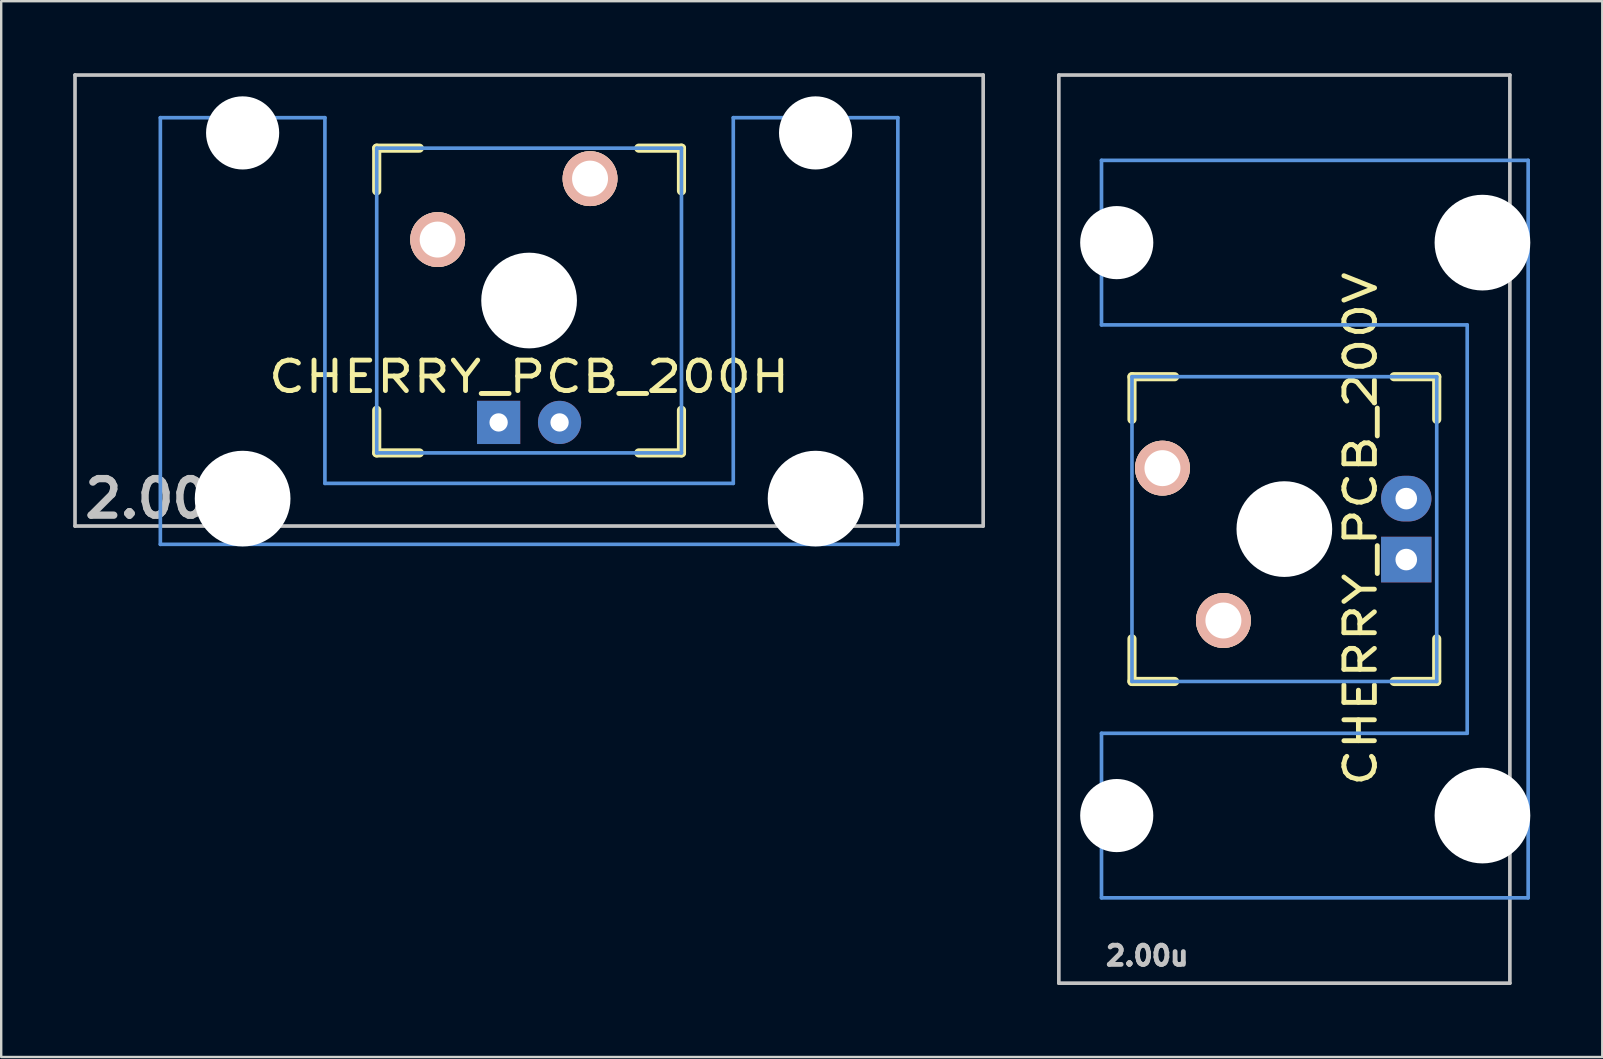
<source format=kicad_pcb>
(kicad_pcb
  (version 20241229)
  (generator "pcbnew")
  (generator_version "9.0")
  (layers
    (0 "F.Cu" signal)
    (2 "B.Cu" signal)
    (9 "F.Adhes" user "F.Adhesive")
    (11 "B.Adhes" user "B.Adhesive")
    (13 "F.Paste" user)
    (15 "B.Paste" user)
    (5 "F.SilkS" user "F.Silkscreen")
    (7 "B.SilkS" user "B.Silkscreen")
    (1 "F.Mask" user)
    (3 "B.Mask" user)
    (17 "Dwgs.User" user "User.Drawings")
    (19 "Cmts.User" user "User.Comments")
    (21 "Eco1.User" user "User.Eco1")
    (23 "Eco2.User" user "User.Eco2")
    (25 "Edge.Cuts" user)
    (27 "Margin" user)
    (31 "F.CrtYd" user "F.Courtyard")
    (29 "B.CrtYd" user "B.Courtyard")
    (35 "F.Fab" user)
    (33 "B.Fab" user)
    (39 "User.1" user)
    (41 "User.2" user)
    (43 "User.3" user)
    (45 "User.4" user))
  (footprint "CHERRY_PCB_200H"
    (layer "F.Cu")
    (at 18.999 9.474)
    (property "Reference" "CHERRY_PCB_200H" (at 0 3.175 0) (layer "F.SilkS") (effects (font (size 1.27 1.524) (thickness 0.203))))
    (attr through_hole)
    (fp_line (start -6.35 -6.35) (end -4.572 -6.35) (stroke (width 0.381) (type solid)) (layer "F.SilkS"))
    (fp_line (start -6.35 -4.572) (end -6.35 -6.35) (stroke (width 0.381) (type solid)) (layer "F.SilkS"))
    (fp_line (start -6.35 6.35) (end -6.35 4.572) (stroke (width 0.381) (type solid)) (layer "F.SilkS"))
    (fp_line (start -4.572 6.35) (end -6.35 6.35) (stroke (width 0.381) (type solid)) (layer "F.SilkS"))
    (fp_line (start 4.572 -6.35) (end 6.35 -6.35) (stroke (width 0.381) (type solid)) (layer "F.SilkS"))
    (fp_line (start 6.35 -6.35) (end 6.35 -4.572) (stroke (width 0.381) (type solid)) (layer "F.SilkS"))
    (fp_line (start 6.35 4.572) (end 6.35 6.35) (stroke (width 0.381) (type solid)) (layer "F.SilkS"))
    (fp_line (start 6.35 6.35) (end 4.572 6.35) (stroke (width 0.381) (type solid)) (layer "F.SilkS"))
    (fp_line (start -18.923 -9.398) (end 18.923 -9.398) (stroke (width 0.152) (type solid)) (layer "Dwgs.User"))
    (fp_line (start -18.923 9.398) (end -18.923 -9.398) (stroke (width 0.152) (type solid)) (layer "Dwgs.User"))
    (fp_line (start 18.923 -9.398) (end 18.923 9.398) (stroke (width 0.152) (type solid)) (layer "Dwgs.User"))
    (fp_line (start 18.923 9.398) (end -18.923 9.398) (stroke (width 0.152) (type solid)) (layer "Dwgs.User"))
    (fp_line (start -15.367 -7.62) (end -15.367 10.16) (stroke (width 0.152) (type solid)) (layer "Cmts.User"))
    (fp_line (start -15.367 10.16) (end 15.367 10.16) (stroke (width 0.152) (type solid)) (layer "Cmts.User"))
    (fp_line (start -8.509 -7.62) (end -15.367 -7.62) (stroke (width 0.152) (type solid)) (layer "Cmts.User"))
    (fp_line (start -8.509 7.62) (end -8.509 -7.62) (stroke (width 0.152) (type solid)) (layer "Cmts.User"))
    (fp_line (start -6.35 -6.35) (end 6.35 -6.35) (stroke (width 0.152) (type solid)) (layer "Cmts.User"))
    (fp_line (start -6.35 6.35) (end -6.35 -6.35) (stroke (width 0.152) (type solid)) (layer "Cmts.User"))
    (fp_line (start 6.35 -6.35) (end 6.35 6.35) (stroke (width 0.152) (type solid)) (layer "Cmts.User"))
    (fp_line (start 6.35 6.35) (end -6.35 6.35) (stroke (width 0.152) (type solid)) (layer "Cmts.User"))
    (fp_line (start 8.509 -7.62) (end 8.509 7.62) (stroke (width 0.152) (type solid)) (layer "Cmts.User"))
    (fp_line (start 8.509 7.62) (end -8.509 7.62) (stroke (width 0.152) (type solid)) (layer "Cmts.User"))
    (fp_line (start 15.367 -7.62) (end 8.509 -7.62) (stroke (width 0.152) (type solid)) (layer "Cmts.User"))
    (fp_line (start 15.367 10.16) (end 15.367 -7.62) (stroke (width 0.152) (type solid)) (layer "Cmts.User"))
    (fp_line (start -16.129 -2.286) (end -15.265 -2.286) (stroke (width 0.152) (type solid)) (layer "Eco2.User"))
    (fp_line (start -16.129 0.508) (end -16.129 -2.286) (stroke (width 0.152) (type solid)) (layer "Eco2.User"))
    (fp_line (start -15.265 -5.69) (end -8.611 -5.69) (stroke (width 0.152) (type solid)) (layer "Eco2.User"))
    (fp_line (start -15.265 -2.286) (end -15.265 -5.69) (stroke (width 0.152) (type solid)) (layer "Eco2.User"))
    (fp_line (start -15.265 0.508) (end -16.129 0.508) (stroke (width 0.152) (type solid)) (layer "Eco2.User"))
    (fp_line (start -15.265 6.604) (end -15.265 0.508) (stroke (width 0.152) (type solid)) (layer "Eco2.User"))
    (fp_line (start -14.224 6.604) (end -15.265 6.604) (stroke (width 0.152) (type solid)) (layer "Eco2.User"))
    (fp_line (start -14.224 7.772) (end -14.224 6.604) (stroke (width 0.152) (type solid)) (layer "Eco2.User"))
    (fp_line (start -9.652 6.604) (end -9.652 7.772) (stroke (width 0.152) (type solid)) (layer "Eco2.User"))
    (fp_line (start -9.652 7.772) (end -14.224 7.772) (stroke (width 0.152) (type solid)) (layer "Eco2.User"))
    (fp_line (start -8.611 -5.69) (end -8.611 -4.877) (stroke (width 0.152) (type solid)) (layer "Eco2.User"))
    (fp_line (start -8.611 -4.877) (end -6.985 -4.877) (stroke (width 0.152) (type solid)) (layer "Eco2.User"))
    (fp_line (start -8.611 5.817) (end -8.611 6.604) (stroke (width 0.152) (type solid)) (layer "Eco2.User"))
    (fp_line (start -8.611 6.604) (end -9.652 6.604) (stroke (width 0.152) (type solid)) (layer "Eco2.User"))
    (fp_line (start -6.985 -6.985) (end 6.985 -6.985) (stroke (width 0.152) (type solid)) (layer "Eco2.User"))
    (fp_line (start -6.985 -4.877) (end -6.985 -6.985) (stroke (width 0.152) (type solid)) (layer "Eco2.User"))
    (fp_line (start -6.985 5.817) (end -8.611 5.817) (stroke (width 0.152) (type solid)) (layer "Eco2.User"))
    (fp_line (start -6.985 6.985) (end -6.985 5.817) (stroke (width 0.152) (type solid)) (layer "Eco2.User"))
    (fp_line (start 6.985 -6.985) (end 6.985 -4.877) (stroke (width 0.152) (type solid)) (layer "Eco2.User"))
    (fp_line (start 6.985 -4.877) (end 8.611 -4.877) (stroke (width 0.152) (type solid)) (layer "Eco2.User"))
    (fp_line (start 6.985 5.817) (end 6.985 6.985) (stroke (width 0.152) (type solid)) (layer "Eco2.User"))
    (fp_line (start 6.985 6.985) (end -6.985 6.985) (stroke (width 0.152) (type solid)) (layer "Eco2.User"))
    (fp_line (start 8.611 -5.69) (end 15.265 -5.69) (stroke (width 0.152) (type solid)) (layer "Eco2.User"))
    (fp_line (start 8.611 -4.877) (end 8.611 -5.69) (stroke (width 0.152) (type solid)) (layer "Eco2.User"))
    (fp_line (start 8.611 5.817) (end 6.985 5.817) (stroke (width 0.152) (type solid)) (layer "Eco2.User"))
    (fp_line (start 8.611 6.604) (end 8.611 5.817) (stroke (width 0.152) (type solid)) (layer "Eco2.User"))
    (fp_line (start 9.652 6.604) (end 8.611 6.604) (stroke (width 0.152) (type solid)) (layer "Eco2.User"))
    (fp_line (start 9.652 7.772) (end 9.652 6.604) (stroke (width 0.152) (type solid)) (layer "Eco2.User"))
    (fp_line (start 14.224 6.604) (end 14.224 7.772) (stroke (width 0.152) (type solid)) (layer "Eco2.User"))
    (fp_line (start 14.224 7.772) (end 9.652 7.772) (stroke (width 0.152) (type solid)) (layer "Eco2.User"))
    (fp_line (start 15.265 -5.69) (end 15.265 -2.286) (stroke (width 0.152) (type solid)) (layer "Eco2.User"))
    (fp_line (start 15.265 -2.286) (end 16.129 -2.286) (stroke (width 0.152) (type solid)) (layer "Eco2.User"))
    (fp_line (start 15.265 0.508) (end 15.265 6.604) (stroke (width 0.152) (type solid)) (layer "Eco2.User"))
    (fp_line (start 15.265 6.604) (end 14.224 6.604) (stroke (width 0.152) (type solid)) (layer "Eco2.User"))
    (fp_line (start 16.129 -2.286) (end 16.129 0.508) (stroke (width 0.152) (type solid)) (layer "Eco2.User"))
    (fp_line (start 16.129 0.508) (end 15.265 0.508) (stroke (width 0.152) (type solid)) (layer "Eco2.User"))
    (fp_text user "2.00u" (at -15.24 8.255 0) (layer "Dwgs.User") (effects (font (size 1.524 1.524) (thickness 0.305))))
    (pad "" np_thru_hole circle (at -11.938 -6.985) (size 3.048 3.048) (drill 3.048) (layers "*.Cu"))
    (pad "" np_thru_hole circle (at -11.938 8.255) (size 3.988 3.988) (drill 3.988) (layers "*.Cu"))
    (pad "" np_thru_hole circle (at 0 0) (size 3.988 3.988) (drill 3.988) (layers "*.Cu"))
    (pad "" np_thru_hole circle (at 11.938 -6.985) (size 3.048 3.048) (drill 3.048) (layers "*.Cu"))
    (pad "" np_thru_hole circle (at 11.938 8.255) (size 3.988 3.988) (drill 3.988) (layers "*.Cu"))
    (pad "1" thru_hole circle (at 2.54 -5.08) (size 2.286 2.286) (drill 1.499) (layers "*.Cu" "*.SilkS" "*.Mask"))
    (pad "2" thru_hole circle (at -3.81 -2.54) (size 2.286 2.286) (drill 1.499) (layers "*.Cu" "*.SilkS" "*.Mask"))
    (pad "3" thru_hole circle (at 1.27 5.08) (size 1.8 1.8) (drill 0.762) (layers "*.Cu" "*.Mask"))
    (pad "4" thru_hole rect (at -1.27 5.08) (size 1.8 1.8) (drill 0.762) (layers "*.Cu" "*.Mask")))
  (footprint "CHERRY_PCB_200V"
    (layer "F.Cu")
    (at 50.473 18.999)
    (property "Reference" "CHERRY_PCB_200V" (at 3.175 0 90) (layer "F.SilkS") (effects (font (size 1.27 1.524) (thickness 0.203))))
    (attr through_hole)
    (fp_line (start -6.35 -6.35) (end -4.572 -6.35) (stroke (width 0.381) (type solid)) (layer "F.SilkS"))
    (fp_line (start -6.35 -4.572) (end -6.35 -6.35) (stroke (width 0.381) (type solid)) (layer "F.SilkS"))
    (fp_line (start -6.35 6.35) (end -6.35 4.572) (stroke (width 0.381) (type solid)) (layer "F.SilkS"))
    (fp_line (start -4.572 6.35) (end -6.35 6.35) (stroke (width 0.381) (type solid)) (layer "F.SilkS"))
    (fp_line (start 4.572 -6.35) (end 6.35 -6.35) (stroke (width 0.381) (type solid)) (layer "F.SilkS"))
    (fp_line (start 6.35 -6.35) (end 6.35 -4.572) (stroke (width 0.381) (type solid)) (layer "F.SilkS"))
    (fp_line (start 6.35 4.572) (end 6.35 6.35) (stroke (width 0.381) (type solid)) (layer "F.SilkS"))
    (fp_line (start 6.35 6.35) (end 4.572 6.35) (stroke (width 0.381) (type solid)) (layer "F.SilkS"))
    (fp_line (start -9.398 -18.923) (end 9.398 -18.923) (stroke (width 0.152) (type solid)) (layer "Dwgs.User"))
    (fp_line (start -9.398 18.923) (end -9.398 -18.923) (stroke (width 0.152) (type solid)) (layer "Dwgs.User"))
    (fp_line (start 9.398 -18.923) (end 9.398 18.923) (stroke (width 0.152) (type solid)) (layer "Dwgs.User"))
    (fp_line (start 9.398 18.923) (end -9.398 18.923) (stroke (width 0.152) (type solid)) (layer "Dwgs.User"))
    (fp_line (start -7.62 -15.367) (end -7.62 -8.509) (stroke (width 0.152) (type solid)) (layer "Cmts.User"))
    (fp_line (start -7.62 -8.509) (end 7.62 -8.509) (stroke (width 0.152) (type solid)) (layer "Cmts.User"))
    (fp_line (start -7.62 8.509) (end -7.62 15.367) (stroke (width 0.152) (type solid)) (layer "Cmts.User"))
    (fp_line (start -7.62 15.367) (end 10.16 15.367) (stroke (width 0.152) (type solid)) (layer "Cmts.User"))
    (fp_line (start -6.35 -6.35) (end 6.35 -6.35) (stroke (width 0.152) (type solid)) (layer "Cmts.User"))
    (fp_line (start -6.35 6.35) (end -6.35 -6.35) (stroke (width 0.152) (type solid)) (layer "Cmts.User"))
    (fp_line (start 6.35 -6.35) (end 6.35 6.35) (stroke (width 0.152) (type solid)) (layer "Cmts.User"))
    (fp_line (start 6.35 6.35) (end -6.35 6.35) (stroke (width 0.152) (type solid)) (layer "Cmts.User"))
    (fp_line (start 7.62 -8.509) (end 7.62 8.509) (stroke (width 0.152) (type solid)) (layer "Cmts.User"))
    (fp_line (start 7.62 8.509) (end -7.62 8.509) (stroke (width 0.152) (type solid)) (layer "Cmts.User"))
    (fp_line (start 10.16 -15.367) (end -7.62 -15.367) (stroke (width 0.152) (type solid)) (layer "Cmts.User"))
    (fp_line (start 10.16 15.367) (end 10.16 -15.367) (stroke (width 0.152) (type solid)) (layer "Cmts.User"))
    (fp_line (start -6.985 -6.985) (end -4.877 -6.985) (stroke (width 0.152) (type solid)) (layer "Eco2.User"))
    (fp_line (start -6.985 6.985) (end -6.985 -6.985) (stroke (width 0.152) (type solid)) (layer "Eco2.User"))
    (fp_line (start -5.69 -15.265) (end -2.286 -15.265) (stroke (width 0.152) (type solid)) (layer "Eco2.User"))
    (fp_line (start -5.69 -8.611) (end -5.69 -15.265) (stroke (width 0.152) (type solid)) (layer "Eco2.User"))
    (fp_line (start -5.69 8.611) (end -4.877 8.611) (stroke (width 0.152) (type solid)) (layer "Eco2.User"))
    (fp_line (start -5.69 15.265) (end -5.69 8.611) (stroke (width 0.152) (type solid)) (layer "Eco2.User"))
    (fp_line (start -4.877 -8.611) (end -5.69 -8.611) (stroke (width 0.152) (type solid)) (layer "Eco2.User"))
    (fp_line (start -4.877 -6.985) (end -4.877 -8.611) (stroke (width 0.152) (type solid)) (layer "Eco2.User"))
    (fp_line (start -4.877 6.985) (end -6.985 6.985) (stroke (width 0.152) (type solid)) (layer "Eco2.User"))
    (fp_line (start -4.877 8.611) (end -4.877 6.985) (stroke (width 0.152) (type solid)) (layer "Eco2.User"))
    (fp_line (start -2.286 -16.129) (end 0.508 -16.129) (stroke (width 0.152) (type solid)) (layer "Eco2.User"))
    (fp_line (start -2.286 -15.265) (end -2.286 -16.129) (stroke (width 0.152) (type solid)) (layer "Eco2.User"))
    (fp_line (start -2.286 15.265) (end -5.69 15.265) (stroke (width 0.152) (type solid)) (layer "Eco2.User"))
    (fp_line (start -2.286 16.129) (end -2.286 15.265) (stroke (width 0.152) (type solid)) (layer "Eco2.User"))
    (fp_line (start 0.508 -16.129) (end 0.508 -15.265) (stroke (width 0.152) (type solid)) (layer "Eco2.User"))
    (fp_line (start 0.508 -15.265) (end 6.604 -15.265) (stroke (width 0.152) (type solid)) (layer "Eco2.User"))
    (fp_line (start 0.508 15.265) (end 0.508 16.129) (stroke (width 0.152) (type solid)) (layer "Eco2.User"))
    (fp_line (start 0.508 16.129) (end -2.286 16.129) (stroke (width 0.152) (type solid)) (layer "Eco2.User"))
    (fp_line (start 5.817 -8.611) (end 5.817 -6.985) (stroke (width 0.152) (type solid)) (layer "Eco2.User"))
    (fp_line (start 5.817 -6.985) (end 6.985 -6.985) (stroke (width 0.152) (type solid)) (layer "Eco2.User"))
    (fp_line (start 5.817 6.985) (end 5.817 8.611) (stroke (width 0.152) (type solid)) (layer "Eco2.User"))
    (fp_line (start 5.817 8.611) (end 6.604 8.611) (stroke (width 0.152) (type solid)) (layer "Eco2.User"))
    (fp_line (start 6.604 -15.265) (end 6.604 -14.224) (stroke (width 0.152) (type solid)) (layer "Eco2.User"))
    (fp_line (start 6.604 -14.224) (end 7.772 -14.224) (stroke (width 0.152) (type solid)) (layer "Eco2.User"))
    (fp_line (start 6.604 -9.652) (end 6.604 -8.611) (stroke (width 0.152) (type solid)) (layer "Eco2.User"))
    (fp_line (start 6.604 -8.611) (end 5.817 -8.611) (stroke (width 0.152) (type solid)) (layer "Eco2.User"))
    (fp_line (start 6.604 8.611) (end 6.604 9.652) (stroke (width 0.152) (type solid)) (layer "Eco2.User"))
    (fp_line (start 6.604 9.652) (end 7.772 9.652) (stroke (width 0.152) (type solid)) (layer "Eco2.User"))
    (fp_line (start 6.604 14.224) (end 6.604 15.265) (stroke (width 0.152) (type solid)) (layer "Eco2.User"))
    (fp_line (start 6.604 15.265) (end 0.508 15.265) (stroke (width 0.152) (type solid)) (layer "Eco2.User"))
    (fp_line (start 6.985 -6.985) (end 6.985 6.985) (stroke (width 0.152) (type solid)) (layer "Eco2.User"))
    (fp_line (start 6.985 6.985) (end 5.817 6.985) (stroke (width 0.152) (type solid)) (layer "Eco2.User"))
    (fp_line (start 7.772 -14.224) (end 7.772 -9.652) (stroke (width 0.152) (type solid)) (layer "Eco2.User"))
    (fp_line (start 7.772 -9.652) (end 6.604 -9.652) (stroke (width 0.152) (type solid)) (layer "Eco2.User"))
    (fp_line (start 7.772 9.652) (end 7.772 14.224) (stroke (width 0.152) (type solid)) (layer "Eco2.User"))
    (fp_line (start 7.772 14.224) (end 6.604 14.224) (stroke (width 0.152) (type solid)) (layer "Eco2.User"))
    (fp_text user "2.00u" (at -5.715 17.78 0) (layer "Dwgs.User") (effects (font (size 0.8 0.8) (thickness 0.2))))
    (pad "" np_thru_hole circle (at -6.985 -11.938 90) (size 3.048 3.048) (drill 3.048) (layers "*.Cu"))
    (pad "" np_thru_hole circle (at -6.985 11.938 90) (size 3.048 3.048) (drill 3.048) (layers "*.Cu"))
    (pad "" np_thru_hole circle (at 0 0 90) (size 3.988 3.988) (drill 3.988) (layers "*.Cu"))
    (pad "" np_thru_hole circle (at 8.255 -11.938 90) (size 3.988 3.988) (drill 3.988) (layers "*.Cu"))
    (pad "" np_thru_hole circle (at 8.255 11.938 90) (size 3.988 3.988) (drill 3.988) (layers "*.Cu"))
    (pad "1" thru_hole circle (at -5.08 -2.54 90) (size 2.286 2.286) (drill 1.499) (layers "*.Cu" "*.SilkS" "*.Mask"))
    (pad "2" thru_hole circle (at -2.54 3.81 90) (size 2.286 2.286) (drill 1.499) (layers "*.Cu" "*.SilkS" "*.Mask"))
    (pad "3" thru_hole oval (at 5.08 -1.27) (size 2.1 1.9) (drill 0.9) (layers "*.Cu" "*.Mask"))
    (pad "4" thru_hole rect (at 5.08 1.27) (size 2.1 1.9) (drill 0.9) (layers "*.Cu" "*.Mask")))
  (gr_rect
    (start -3 -3)
    (end 63.721 40.998)
    (stroke (width 0.1) (type default))
    (fill no)
    (layer "Edge.Cuts")))
</source>
